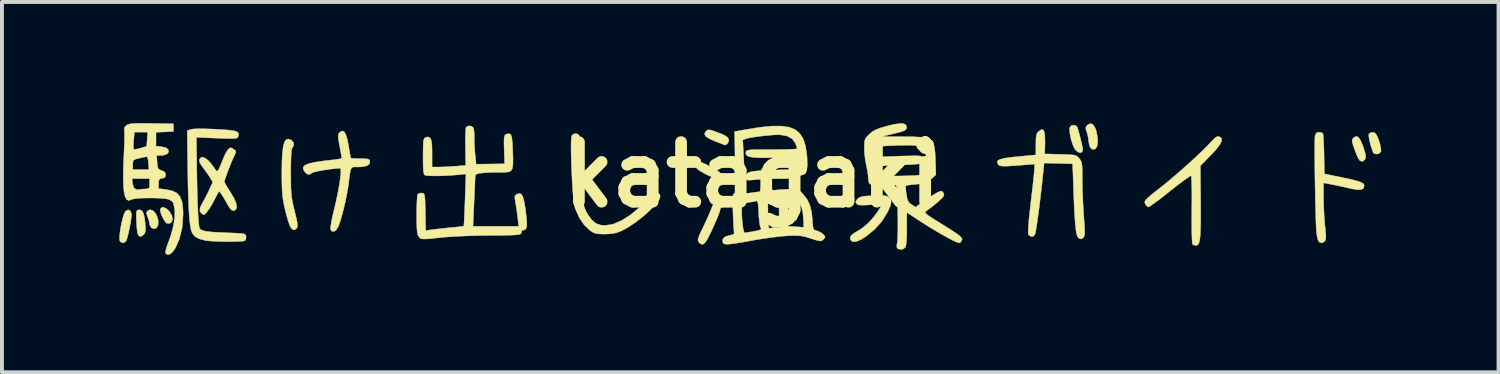
<source format=kicad_pcb>
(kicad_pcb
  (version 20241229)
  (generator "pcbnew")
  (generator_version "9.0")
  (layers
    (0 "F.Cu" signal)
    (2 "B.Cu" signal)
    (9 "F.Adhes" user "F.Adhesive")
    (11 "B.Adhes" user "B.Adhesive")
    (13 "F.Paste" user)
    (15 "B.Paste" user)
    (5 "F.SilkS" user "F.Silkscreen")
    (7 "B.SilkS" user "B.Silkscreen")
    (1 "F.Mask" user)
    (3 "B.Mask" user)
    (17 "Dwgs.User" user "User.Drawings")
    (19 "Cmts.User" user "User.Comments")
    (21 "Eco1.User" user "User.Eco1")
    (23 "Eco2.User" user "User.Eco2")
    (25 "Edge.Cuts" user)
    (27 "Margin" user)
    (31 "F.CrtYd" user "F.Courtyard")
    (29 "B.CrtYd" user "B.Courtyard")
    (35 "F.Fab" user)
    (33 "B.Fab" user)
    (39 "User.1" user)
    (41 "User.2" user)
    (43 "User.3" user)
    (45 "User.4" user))
  (footprint "katagaki"
    (layer "F.Cu")
    (at 16.179 1.418)
    (property "Reference" "katagaki" (at 0 0 0) (layer "F.SilkS") (effects (font (size 1.524 1.524) (thickness 0.3))))
    (attr through_hole)
    (fp_poly (pts (xy -15.028 0.837) (xy -14.958 0.878) (xy -14.892 0.946) (xy -14.841 1.029) (xy -14.817 1.118) (xy -14.818 1.153) (xy -14.85 1.22) (xy -14.912 1.25) (xy -14.976 1.235) (xy -14.997 1.214) (xy -15.06 1.113) (xy -15.108 1.007) (xy -15.132 0.918) (xy -15.13 0.876) (xy -15.089 0.833) (xy -15.028 0.837)) (stroke (width 0.01) (type solid)) (fill yes) (layer "F.SilkS"))
    (fp_poly (pts (xy 15.926 -1.068) (xy 15.964 -1.027) (xy 16.013 -0.917) (xy 16.053 -0.795) (xy 16.078 -0.683) (xy 16.083 -0.603) (xy 16.081 -0.592) (xy 16.039 -0.545) (xy 15.971 -0.527) (xy 15.907 -0.541) (xy 15.881 -0.571) (xy 15.828 -0.724) (xy 15.79 -0.863) (xy 15.771 -0.973) (xy 15.772 -1.041) (xy 15.778 -1.053) (xy 15.851 -1.087) (xy 15.926 -1.068)) (stroke (width 0.01) (type solid)) (fill yes) (layer "F.SilkS"))
    (fp_poly (pts (xy -15.319 0.915) (xy -15.252 0.985) (xy -15.202 1.096) (xy -15.184 1.173) (xy -15.185 1.278) (xy -15.22 1.352) (xy -15.277 1.384) (xy -15.344 1.364) (xy -15.365 1.346) (xy -15.401 1.279) (xy -15.405 1.251) (xy -15.417 1.185) (xy -15.447 1.094) (xy -15.453 1.081) (xy -15.481 0.993) (xy -15.473 0.941) (xy -15.463 0.929) (xy -15.392 0.893) (xy -15.319 0.915)) (stroke (width 0.01) (type solid)) (fill yes) (layer "F.SilkS"))
    (fp_poly (pts (xy -1.331 -0.33) (xy -1.215 -0.284) (xy -1.069 -0.21) (xy -0.936 -0.135) (xy -0.852 -0.08) (xy -0.809 -0.038) (xy -0.797 0.001) (xy -0.798 0.012) (xy -0.833 0.073) (xy -0.913 0.087) (xy -1.038 0.053) (xy -1.204 -0.025) (xy -1.326 -0.095) (xy -1.4 -0.149) (xy -1.436 -0.198) (xy -1.445 -0.235) (xy -1.441 -0.305) (xy -1.405 -0.336) (xy -1.331 -0.33)) (stroke (width 0.01) (type solid)) (fill yes) (layer "F.SilkS"))
    (fp_poly (pts (xy 8.284 -1.254) (xy 8.313 -1.221) (xy 8.335 -1.158) (xy 8.365 -1.053) (xy 8.398 -0.926) (xy 8.428 -0.8) (xy 8.449 -0.696) (xy 8.457 -0.643) (xy 8.441 -0.582) (xy 8.392 -0.562) (xy 8.327 -0.584) (xy 8.262 -0.644) (xy 8.248 -0.665) (xy 8.198 -0.774) (xy 8.156 -0.913) (xy 8.127 -1.055) (xy 8.119 -1.172) (xy 8.121 -1.196) (xy 8.155 -1.251) (xy 8.219 -1.272) (xy 8.284 -1.254)) (stroke (width 0.01) (type solid)) (fill yes) (layer "F.SilkS"))
    (fp_poly (pts (xy -15.899 0.919) (xy -15.869 0.99) (xy -15.867 1.023) (xy -15.874 1.112) (xy -15.893 1.238) (xy -15.92 1.379) (xy -15.95 1.516) (xy -15.98 1.627) (xy -16.003 1.69) (xy -16.058 1.742) (xy -16.125 1.733) (xy -16.162 1.701) (xy -16.174 1.647) (xy -16.17 1.548) (xy -16.154 1.419) (xy -16.129 1.277) (xy -16.098 1.14) (xy -16.064 1.024) (xy -16.031 0.946) (xy -16.019 0.93) (xy -15.954 0.896) (xy -15.899 0.919)) (stroke (width 0.01) (type solid)) (fill yes) (layer "F.SilkS"))
    (fp_poly (pts (xy -15.619 0.905) (xy -15.575 0.955) (xy -15.543 1.053) (xy -15.52 1.208) (xy -15.517 1.244) (xy -15.508 1.372) (xy -15.512 1.452) (xy -15.532 1.503) (xy -15.552 1.527) (xy -15.616 1.577) (xy -15.666 1.57) (xy -15.695 1.542) (xy -15.711 1.492) (xy -15.726 1.394) (xy -15.737 1.265) (xy -15.74 1.204) (xy -15.745 1.063) (xy -15.743 0.975) (xy -15.733 0.927) (xy -15.712 0.905) (xy -15.679 0.897) (xy -15.619 0.905)) (stroke (width 0.01) (type solid)) (fill yes) (layer "F.SilkS"))
    (fp_poly (pts (xy 8.72 -1.283) (xy 8.776 -1.193) (xy 8.797 -1.134) (xy 8.83 -0.983) (xy 8.839 -0.845) (xy 8.824 -0.734) (xy 8.786 -0.667) (xy 8.777 -0.661) (xy 8.71 -0.647) (xy 8.661 -0.679) (xy 8.625 -0.747) (xy 8.61 -0.839) (xy 8.61 -0.839) (xy 8.598 -0.943) (xy 8.57 -1.06) (xy 8.563 -1.082) (xy 8.536 -1.168) (xy 8.536 -1.219) (xy 8.566 -1.26) (xy 8.581 -1.274) (xy 8.655 -1.311) (xy 8.72 -1.283)) (stroke (width 0.01) (type solid)) (fill yes) (layer "F.SilkS"))
    (fp_poly (pts (xy 15.499 -0.963) (xy 15.557 -0.885) (xy 15.617 -0.744) (xy 15.634 -0.695) (xy 15.677 -0.553) (xy 15.692 -0.46) (xy 15.682 -0.405) (xy 15.681 -0.403) (xy 15.622 -0.344) (xy 15.559 -0.351) (xy 15.531 -0.374) (xy 15.498 -0.427) (xy 15.454 -0.523) (xy 15.409 -0.643) (xy 15.404 -0.655) (xy 15.364 -0.776) (xy 15.345 -0.851) (xy 15.346 -0.897) (xy 15.366 -0.931) (xy 15.382 -0.948) (xy 15.442 -0.983) (xy 15.499 -0.963)) (stroke (width 0.01) (type solid)) (fill yes) (layer "F.SilkS"))
    (fp_poly (pts (xy -1.037 -1.137) (xy -0.949 -1.107) (xy -0.79 -1.048) (xy -0.685 -0.999) (xy -0.624 -0.954) (xy -0.597 -0.908) (xy -0.594 -0.877) (xy -0.613 -0.817) (xy -0.656 -0.771) (xy -0.7 -0.76) (xy -0.704 -0.762) (xy -0.735 -0.775) (xy -0.812 -0.805) (xy -0.919 -0.846) (xy -0.937 -0.853) (xy -1.09 -0.92) (xy -1.182 -0.98) (xy -1.215 -1.038) (xy -1.192 -1.097) (xy -1.179 -1.111) (xy -1.142 -1.142) (xy -1.102 -1.151) (xy -1.037 -1.137)) (stroke (width 0.01) (type solid)) (fill yes) (layer "F.SilkS"))
    (fp_poly (pts (xy -0.858 0.647) (xy -0.843 0.658) (xy -0.807 0.702) (xy -0.792 0.761) (xy -0.8 0.844) (xy -0.833 0.958) (xy -0.892 1.111) (xy -0.979 1.311) (xy -1.04 1.443) (xy -1.12 1.607) (xy -1.183 1.714) (xy -1.236 1.77) (xy -1.284 1.782) (xy -1.333 1.754) (xy -1.346 1.742) (xy -1.374 1.704) (xy -1.381 1.658) (xy -1.364 1.591) (xy -1.321 1.489) (xy -1.259 1.36) (xy -1.188 1.211) (xy -1.117 1.054) (xy -1.061 0.92) (xy -1.056 0.907) (xy -0.996 0.763) (xy -0.946 0.675) (xy -0.902 0.639) (xy -0.858 0.647)) (stroke (width 0.01) (type solid)) (fill yes) (layer "F.SilkS"))
    (fp_poly (pts (xy -11.784 -0.888) (xy -11.775 -0.882) (xy -11.718 -0.817) (xy -11.722 -0.74) (xy -11.752 -0.698) (xy -11.768 -0.66) (xy -11.78 -0.579) (xy -11.787 -0.45) (xy -11.792 -0.266) (xy -11.793 -0.056) (xy -11.792 0.165) (xy -11.789 0.337) (xy -11.781 0.474) (xy -11.768 0.593) (xy -11.748 0.709) (xy -11.719 0.838) (xy -11.696 0.929) (xy -11.655 1.098) (xy -11.631 1.215) (xy -11.622 1.291) (xy -11.627 1.339) (xy -11.642 1.366) (xy -11.693 1.412) (xy -11.74 1.403) (xy -11.788 1.357) (xy -11.818 1.302) (xy -11.856 1.197) (xy -11.897 1.059) (xy -11.933 0.92) (xy -11.966 0.773) (xy -11.99 0.646) (xy -12.006 0.521) (xy -12.016 0.382) (xy -12.021 0.214) (xy -12.023 -0.001) (xy -12.023 -0.049) (xy -12.02 -0.335) (xy -12.008 -0.558) (xy -11.987 -0.724) (xy -11.955 -0.835) (xy -11.912 -0.897) (xy -11.855 -0.914) (xy -11.784 -0.888)) (stroke (width 0.01) (type solid)) (fill yes) (layer "F.SilkS"))
    (fp_poly (pts (xy 3.364 0.531) (xy 3.432 0.542) (xy 3.478 0.563) (xy 3.498 0.578) (xy 3.544 0.635) (xy 3.558 0.703) (xy 3.537 0.794) (xy 3.481 0.922) (xy 3.463 0.959) (xy 3.323 1.187) (xy 3.143 1.389) (xy 2.921 1.572) (xy 2.78 1.661) (xy 2.661 1.709) (xy 2.572 1.712) (xy 2.521 1.671) (xy 2.519 1.666) (xy 2.511 1.596) (xy 2.552 1.533) (xy 2.649 1.468) (xy 2.677 1.453) (xy 2.785 1.387) (xy 2.903 1.297) (xy 2.965 1.242) (xy 3.053 1.149) (xy 3.142 1.041) (xy 3.22 0.933) (xy 3.276 0.842) (xy 3.299 0.782) (xy 3.299 0.78) (xy 3.267 0.767) (xy 3.18 0.762) (xy 3.044 0.767) (xy 3.005 0.77) (xy 2.858 0.778) (xy 2.763 0.777) (xy 2.706 0.766) (xy 2.672 0.742) (xy 2.67 0.74) (xy 2.648 0.695) (xy 2.672 0.647) (xy 2.699 0.618) (xy 2.741 0.584) (xy 2.796 0.562) (xy 2.88 0.547) (xy 3.006 0.538) (xy 3.102 0.533) (xy 3.259 0.529) (xy 3.364 0.531)) (stroke (width 0.01) (type solid)) (fill yes) (layer "F.SilkS"))
    (fp_poly (pts (xy 14.566 -1.076) (xy 14.597 -1.056) (xy 14.604 -1.013) (xy 14.612 -0.916) (xy 14.618 -0.779) (xy 14.624 -0.612) (xy 14.626 -0.523) (xy 14.634 -0.023) (xy 15.025 0.057) (xy 15.246 0.103) (xy 15.409 0.142) (xy 15.524 0.175) (xy 15.597 0.205) (xy 15.637 0.235) (xy 15.652 0.268) (xy 15.652 0.277) (xy 15.636 0.344) (xy 15.583 0.379) (xy 15.486 0.384) (xy 15.339 0.36) (xy 15.284 0.348) (xy 15.125 0.311) (xy 14.958 0.275) (xy 14.819 0.247) (xy 14.613 0.208) (xy 14.613 0.598) (xy 14.617 0.796) (xy 14.627 1.014) (xy 14.641 1.217) (xy 14.651 1.318) (xy 14.667 1.478) (xy 14.672 1.587) (xy 14.666 1.655) (xy 14.649 1.695) (xy 14.647 1.698) (xy 14.579 1.745) (xy 14.511 1.728) (xy 14.489 1.707) (xy 14.466 1.653) (xy 14.445 1.558) (xy 14.434 1.484) (xy 14.427 1.4) (xy 14.421 1.264) (xy 14.415 1.086) (xy 14.409 0.875) (xy 14.403 0.639) (xy 14.399 0.39) (xy 14.394 0.135) (xy 14.391 -0.116) (xy 14.389 -0.353) (xy 14.388 -0.568) (xy 14.389 -0.75) (xy 14.39 -0.891) (xy 14.394 -0.982) (xy 14.397 -1.01) (xy 14.436 -1.074) (xy 14.496 -1.089) (xy 14.566 -1.076)) (stroke (width 0.01) (type solid)) (fill yes) (layer "F.SilkS"))
    (fp_poly (pts (xy 11.934 -0.976) (xy 11.955 -0.97) (xy 12.006 -0.929) (xy 12.008 -0.863) (xy 11.96 -0.768) (xy 11.861 -0.64) (xy 11.735 -0.505) (xy 11.463 -0.226) (xy 11.471 0.637) (xy 11.473 0.948) (xy 11.472 1.199) (xy 11.468 1.397) (xy 11.461 1.547) (xy 11.449 1.657) (xy 11.433 1.731) (xy 11.41 1.777) (xy 11.382 1.801) (xy 11.359 1.808) (xy 11.291 1.798) (xy 11.261 1.775) (xy 11.254 1.731) (xy 11.249 1.631) (xy 11.245 1.484) (xy 11.243 1.298) (xy 11.243 1.084) (xy 11.244 0.886) (xy 11.246 0.657) (xy 11.246 0.45) (xy 11.243 0.274) (xy 11.239 0.139) (xy 11.233 0.052) (xy 11.227 0.024) (xy 11.194 0.039) (xy 11.118 0.09) (xy 11.007 0.17) (xy 10.87 0.274) (xy 10.715 0.396) (xy 10.689 0.416) (xy 10.53 0.542) (xy 10.388 0.652) (xy 10.269 0.739) (xy 10.184 0.799) (xy 10.14 0.824) (xy 10.138 0.825) (xy 10.091 0.799) (xy 10.06 0.757) (xy 10.044 0.72) (xy 10.043 0.686) (xy 10.064 0.647) (xy 10.113 0.595) (xy 10.196 0.523) (xy 10.321 0.423) (xy 10.438 0.333) (xy 10.601 0.202) (xy 10.789 0.044) (xy 10.989 -0.13) (xy 11.189 -0.309) (xy 11.378 -0.482) (xy 11.542 -0.639) (xy 11.671 -0.769) (xy 11.7 -0.799) (xy 11.791 -0.897) (xy 11.853 -0.954) (xy 11.896 -0.977) (xy 11.934 -0.976)) (stroke (width 0.01) (type solid)) (fill yes) (layer "F.SilkS"))
    (fp_poly (pts (xy -13.961 -1.174) (xy -13.727 -1.165) (xy -13.506 -1.152) (xy -13.342 -1.138) (xy -13.23 -1.12) (xy -13.162 -1.095) (xy -13.13 -1.061) (xy -13.128 -1.016) (xy -13.141 -0.972) (xy -13.154 -0.95) (xy -13.18 -0.935) (xy -13.229 -0.927) (xy -13.31 -0.924) (xy -13.435 -0.926) (xy -13.612 -0.932) (xy -13.685 -0.935) (xy -14.207 -0.956) (xy -14.197 -0.14) (xy -14.191 0.225) (xy -14.184 0.548) (xy -14.174 0.823) (xy -14.163 1.047) (xy -14.151 1.217) (xy -14.137 1.328) (xy -14.124 1.374) (xy -14.091 1.406) (xy -14.036 1.43) (xy -13.948 1.449) (xy -13.82 1.463) (xy -13.642 1.474) (xy -13.459 1.482) (xy -13.265 1.49) (xy -13.128 1.496) (xy -13.036 1.505) (xy -12.981 1.516) (xy -12.953 1.532) (xy -12.941 1.556) (xy -12.936 1.58) (xy -12.944 1.651) (xy -12.969 1.686) (xy -13.02 1.698) (xy -13.123 1.705) (xy -13.261 1.71) (xy -13.42 1.711) (xy -13.586 1.708) (xy -13.743 1.702) (xy -13.877 1.693) (xy -13.972 1.682) (xy -13.976 1.681) (xy -14.138 1.638) (xy -14.247 1.578) (xy -14.313 1.494) (xy -14.343 1.412) (xy -14.362 1.313) (xy -14.379 1.185) (xy -14.393 1.022) (xy -14.404 0.818) (xy -14.414 0.567) (xy -14.422 0.263) (xy -14.428 -0.099) (xy -14.43 -0.225) (xy -14.442 -1.126) (xy -14.356 -1.158) (xy -14.283 -1.171) (xy -14.149 -1.176) (xy -13.961 -1.174)) (stroke (width 0.01) (type solid)) (fill yes) (layer "F.SilkS"))
    (fp_poly (pts (xy -4.427 -1.016) (xy -4.412 -0.978) (xy -4.401 -0.892) (xy -4.393 -0.756) (xy -4.389 -0.563) (xy -4.387 -0.309) (xy -4.387 -0.282) (xy -4.384 0.034) (xy -4.374 0.293) (xy -4.356 0.504) (xy -4.329 0.676) (xy -4.292 0.818) (xy -4.243 0.938) (xy -4.198 1.019) (xy -4.094 1.16) (xy -3.987 1.247) (xy -3.861 1.289) (xy -3.767 1.297) (xy -3.568 1.268) (xy -3.35 1.179) (xy -3.112 1.029) (xy -2.858 0.82) (xy -2.787 0.754) (xy -2.635 0.614) (xy -2.521 0.522) (xy -2.439 0.477) (xy -2.386 0.475) (xy -2.356 0.515) (xy -2.349 0.549) (xy -2.367 0.62) (xy -2.432 0.717) (xy -2.535 0.834) (xy -2.666 0.961) (xy -2.817 1.091) (xy -2.978 1.215) (xy -3.14 1.325) (xy -3.294 1.414) (xy -3.334 1.433) (xy -3.458 1.482) (xy -3.581 1.508) (xy -3.734 1.517) (xy -3.764 1.517) (xy -3.899 1.514) (xy -3.991 1.503) (xy -4.063 1.476) (xy -4.138 1.428) (xy -4.145 1.423) (xy -4.291 1.283) (xy -4.418 1.097) (xy -4.514 0.882) (xy -4.537 0.808) (xy -4.553 0.72) (xy -4.569 0.584) (xy -4.584 0.41) (xy -4.597 0.21) (xy -4.608 -0.006) (xy -4.618 -0.226) (xy -4.624 -0.438) (xy -4.627 -0.632) (xy -4.627 -0.796) (xy -4.622 -0.919) (xy -4.613 -0.99) (xy -4.61 -0.998) (xy -4.556 -1.047) (xy -4.482 -1.049) (xy -4.427 -1.016)) (stroke (width 0.01) (type solid)) (fill yes) (layer "F.SilkS"))
    (fp_poly (pts (xy -13.288 -0.675) (xy -13.244 -0.647) (xy -13.204 -0.612) (xy -13.199 -0.574) (xy -13.227 -0.508) (xy -13.236 -0.49) (xy -13.279 -0.399) (xy -13.329 -0.279) (xy -13.382 -0.146) (xy -13.43 -0.018) (xy -13.468 0.09) (xy -13.489 0.161) (xy -13.492 0.176) (xy -13.474 0.22) (xy -13.428 0.303) (xy -13.362 0.408) (xy -13.338 0.444) (xy -13.243 0.604) (xy -13.189 0.738) (xy -13.177 0.839) (xy -13.207 0.901) (xy -13.25 0.917) (xy -13.296 0.911) (xy -13.342 0.871) (xy -13.397 0.785) (xy -13.424 0.736) (xy -13.511 0.582) (xy -13.578 0.479) (xy -13.621 0.432) (xy -13.636 0.431) (xy -13.656 0.466) (xy -13.696 0.542) (xy -13.739 0.627) (xy -13.807 0.754) (xy -13.879 0.87) (xy -13.945 0.961) (xy -13.995 1.014) (xy -14.013 1.022) (xy -14.059 1.005) (xy -14.071 0.997) (xy -14.12 0.932) (xy -14.113 0.841) (xy -14.064 0.74) (xy -14.007 0.64) (xy -13.939 0.51) (xy -13.886 0.4) (xy -13.789 0.189) (xy -13.86 0.07) (xy -13.925 -0.029) (xy -14.007 -0.142) (xy -14.045 -0.191) (xy -14.118 -0.302) (xy -14.135 -0.383) (xy -14.096 -0.437) (xy -14.068 -0.45) (xy -14.009 -0.441) (xy -13.929 -0.386) (xy -13.841 -0.296) (xy -13.757 -0.184) (xy -13.749 -0.17) (xy -13.712 -0.115) (xy -13.683 -0.092) (xy -13.654 -0.108) (xy -13.62 -0.169) (xy -13.573 -0.282) (xy -13.538 -0.372) (xy -13.465 -0.541) (xy -13.398 -0.648) (xy -13.34 -0.692) (xy -13.331 -0.693) (xy -13.288 -0.675)) (stroke (width 0.01) (type solid)) (fill yes) (layer "F.SilkS"))
    (fp_poly (pts (xy -10.433 -1.106) (xy -10.389 -1.034) (xy -10.349 -0.902) (xy -10.32 -0.756) (xy -10.296 -0.62) (xy -10.277 -0.511) (xy -10.265 -0.443) (xy -10.262 -0.429) (xy -10.23 -0.421) (xy -10.149 -0.415) (xy -10.036 -0.412) (xy -10.02 -0.412) (xy -9.895 -0.41) (xy -9.821 -0.402) (xy -9.784 -0.383) (xy -9.77 -0.35) (xy -9.769 -0.349) (xy -9.784 -0.275) (xy -9.857 -0.226) (xy -9.988 -0.201) (xy -10.066 -0.198) (xy -10.14 -0.199) (xy -10.193 -0.198) (xy -10.23 -0.183) (xy -10.256 -0.146) (xy -10.274 -0.077) (xy -10.292 0.034) (xy -10.313 0.195) (xy -10.326 0.296) (xy -10.359 0.493) (xy -10.404 0.713) (xy -10.458 0.935) (xy -10.514 1.137) (xy -10.568 1.299) (xy -10.575 1.317) (xy -10.628 1.407) (xy -10.688 1.451) (xy -10.744 1.444) (xy -10.777 1.398) (xy -10.777 1.346) (xy -10.762 1.246) (xy -10.736 1.109) (xy -10.7 0.95) (xy -10.694 0.927) (xy -10.637 0.687) (xy -10.59 0.461) (xy -10.552 0.257) (xy -10.527 0.085) (xy -10.514 -0.049) (xy -10.515 -0.135) (xy -10.531 -0.165) (xy -10.635 -0.16) (xy -10.767 -0.145) (xy -10.911 -0.125) (xy -11.048 -0.101) (xy -11.162 -0.077) (xy -11.236 -0.055) (xy -11.251 -0.047) (xy -11.321 -0.004) (xy -11.383 -0.021) (xy -11.425 -0.06) (xy -11.475 -0.134) (xy -11.477 -0.195) (xy -11.429 -0.245) (xy -11.326 -0.288) (xy -11.165 -0.323) (xy -10.942 -0.355) (xy -10.877 -0.362) (xy -10.727 -0.38) (xy -10.603 -0.396) (xy -10.52 -0.41) (xy -10.49 -0.42) (xy -10.495 -0.457) (xy -10.51 -0.544) (xy -10.532 -0.665) (xy -10.544 -0.732) (xy -10.569 -0.873) (xy -10.581 -0.964) (xy -10.579 -1.021) (xy -10.565 -1.057) (xy -10.543 -1.082) (xy -10.484 -1.121) (xy -10.433 -1.106)) (stroke (width 0.01) (type solid)) (fill yes) (layer "F.SilkS"))
    (fp_poly (pts (xy 7.472 -1.104) (xy 7.488 -0.997) (xy 7.491 -0.83) (xy 7.491 -0.807) (xy 7.485 -0.533) (xy 7.885 -0.522) (xy 8.054 -0.517) (xy 8.17 -0.511) (xy 8.246 -0.5) (xy 8.296 -0.482) (xy 8.333 -0.454) (xy 8.365 -0.419) (xy 8.397 -0.378) (xy 8.419 -0.335) (xy 8.433 -0.277) (xy 8.441 -0.191) (xy 8.444 -0.066) (xy 8.444 0.113) (xy 8.444 0.126) (xy 8.447 0.341) (xy 8.456 0.59) (xy 8.468 0.842) (xy 8.483 1.062) (xy 8.497 1.26) (xy 8.505 1.401) (xy 8.505 1.498) (xy 8.497 1.559) (xy 8.482 1.594) (xy 8.479 1.598) (xy 8.424 1.644) (xy 8.37 1.631) (xy 8.335 1.601) (xy 8.313 1.563) (xy 8.295 1.493) (xy 8.278 1.384) (xy 8.263 1.232) (xy 8.249 1.032) (xy 8.236 0.778) (xy 8.223 0.465) (xy 8.219 0.327) (xy 8.197 -0.28) (xy 7.469 -0.299) (xy 7.412 0.243) (xy 7.383 0.495) (xy 7.354 0.745) (xy 7.323 0.98) (xy 7.294 1.189) (xy 7.268 1.36) (xy 7.247 1.481) (xy 7.241 1.509) (xy 7.201 1.568) (xy 7.138 1.582) (xy 7.079 1.546) (xy 7.066 1.526) (xy 7.06 1.472) (xy 7.064 1.359) (xy 7.076 1.192) (xy 7.098 0.975) (xy 7.128 0.714) (xy 7.128 0.709) (xy 7.155 0.486) (xy 7.179 0.279) (xy 7.198 0.099) (xy 7.213 -0.043) (xy 7.221 -0.136) (xy 7.222 -0.161) (xy 7.224 -0.272) (xy 6.886 -0.245) (xy 6.682 -0.23) (xy 6.534 -0.221) (xy 6.431 -0.219) (xy 6.364 -0.224) (xy 6.323 -0.237) (xy 6.298 -0.259) (xy 6.289 -0.272) (xy 6.269 -0.322) (xy 6.285 -0.363) (xy 6.344 -0.395) (xy 6.451 -0.422) (xy 6.613 -0.446) (xy 6.804 -0.465) (xy 7.257 -0.507) (xy 7.257 -0.776) (xy 7.26 -0.919) (xy 7.27 -1.011) (xy 7.291 -1.068) (xy 7.317 -1.1) (xy 7.389 -1.151) (xy 7.44 -1.154) (xy 7.472 -1.104)) (stroke (width 0.01) (type solid)) (fill yes) (layer "F.SilkS"))
    (fp_poly (pts (xy 0.955 -1.215) (xy 1.11 -1.15) (xy 1.226 -1.051) (xy 1.311 -0.913) (xy 1.367 -0.735) (xy 1.401 -0.515) (xy 1.408 -0.427) (xy 1.413 -0.234) (xy 1.397 -0.102) (xy 1.359 -0.025) (xy 1.299 0) (xy 1.236 0.022) (xy 1.199 0.049) (xy 1.164 0.071) (xy 1.1 0.085) (xy 0.999 0.095) (xy 0.848 0.1) (xy 0.699 0.101) (xy 0.515 0.104) (xy 0.338 0.11) (xy 0.188 0.118) (xy 0.083 0.127) (xy 0.075 0.128) (xy -0.03 0.138) (xy -0.109 0.137) (xy -0.134 0.13) (xy -0.159 0.084) (xy -0.16 0.031) (xy -0.145 -0.011) (xy -0.111 -0.045) (xy -0.049 -0.07) (xy 0.048 -0.089) (xy 0.188 -0.103) (xy 0.379 -0.114) (xy 0.619 -0.123) (xy 1.188 -0.14) (xy 1.188 -0.293) (xy 1.188 -0.445) (xy 0.601 -0.435) (xy 0.35 -0.433) (xy 0.158 -0.436) (xy 0.018 -0.445) (xy -0.077 -0.463) (xy -0.133 -0.49) (xy -0.158 -0.527) (xy -0.159 -0.569) (xy -0.154 -0.594) (xy -0.141 -0.613) (xy -0.112 -0.626) (xy -0.057 -0.635) (xy 0.031 -0.64) (xy 0.162 -0.642) (xy 0.344 -0.643) (xy 0.503 -0.643) (xy 0.702 -0.644) (xy 0.877 -0.648) (xy 1.017 -0.653) (xy 1.113 -0.66) (xy 1.154 -0.668) (xy 1.155 -0.669) (xy 1.143 -0.714) (xy 1.114 -0.792) (xy 1.106 -0.81) (xy 1.026 -0.921) (xy 0.894 -0.992) (xy 0.714 -1.022) (xy 0.669 -1.023) (xy 0.547 -1.018) (xy 0.394 -1.005) (xy 0.23 -0.987) (xy 0.072 -0.966) (xy -0.06 -0.944) (xy -0.148 -0.923) (xy -0.158 -0.92) (xy -0.237 -0.89) (xy -0.214 -0.436) (xy -0.205 -0.249) (xy -0.202 -0.117) (xy -0.206 -0.03) (xy -0.216 0.023) (xy -0.233 0.054) (xy -0.239 0.059) (xy -0.311 0.084) (xy -0.377 0.055) (xy -0.413 -0.012) (xy -0.419 -0.069) (xy -0.425 -0.178) (xy -0.431 -0.326) (xy -0.436 -0.5) (xy -0.437 -0.594) (xy -0.445 -1.105) (xy -0.132 -1.16) (xy 0.22 -1.216) (xy 0.515 -1.245) (xy 0.759 -1.245) (xy 0.955 -1.215)) (stroke (width 0.01) (type solid)) (fill yes) (layer "F.SilkS"))
    (fp_poly (pts (xy -15.516 -1.314) (xy -15.352 -1.312) (xy -14.795 -1.303) (xy -14.795 -1.105) (xy -15.017 -1.095) (xy -15.24 -1.086) (xy -15.24 -0.73) (xy -15.103 -0.719) (xy -14.99 -0.693) (xy -14.927 -0.642) (xy -14.916 -0.584) (xy -14.956 -0.531) (xy -15.048 -0.499) (xy -15.104 -0.495) (xy -15.224 -0.495) (xy -15.212 -0.317) (xy -15.203 -0.214) (xy -15.185 -0.156) (xy -15.146 -0.127) (xy -15.097 -0.11) (xy -15.021 -0.075) (xy -14.994 -0.02) (xy -14.993 0.001) (xy -15.007 0.064) (xy -15.064 0.09) (xy -15.083 0.093) (xy -15.143 0.107) (xy -15.169 0.146) (xy -15.174 0.229) (xy -15.174 0.354) (xy -15.011 0.373) (xy -14.839 0.406) (xy -14.713 0.464) (xy -14.627 0.556) (xy -14.575 0.69) (xy -14.551 0.873) (xy -14.547 1.015) (xy -14.571 1.351) (xy -14.645 1.65) (xy -14.738 1.862) (xy -14.809 1.968) (xy -14.882 2.031) (xy -14.946 2.047) (xy -14.991 2.01) (xy -14.996 1.999) (xy -14.993 1.945) (xy -14.969 1.85) (xy -14.927 1.733) (xy -14.916 1.708) (xy -14.859 1.546) (xy -14.809 1.364) (xy -14.78 1.216) (xy -14.76 1.057) (xy -14.759 0.932) (xy -14.777 0.811) (xy -14.799 0.72) (xy -14.838 0.672) (xy -14.913 0.631) (xy -14.916 0.63) (xy -15 0.612) (xy -15.127 0.601) (xy -15.281 0.595) (xy -15.444 0.594) (xy -15.602 0.598) (xy -15.737 0.608) (xy -15.834 0.623) (xy -15.867 0.635) (xy -15.935 0.659) (xy -15.989 0.635) (xy -16.03 0.562) (xy -16.058 0.436) (xy -16.074 0.254) (xy -16.077 0.099) (xy -15.852 0.099) (xy -15.84 0.229) (xy -15.809 0.332) (xy -15.743 0.381) (xy -15.641 0.375) (xy -15.577 0.366) (xy -15.501 0.363) (xy -15.439 0.357) (xy -15.412 0.328) (xy -15.405 0.257) (xy -15.405 0.231) (xy -15.405 0.099) (xy -15.852 0.099) (xy -16.077 0.099) (xy -16.078 0.015) (xy -16.072 -0.258) (xy -15.834 -0.258) (xy -15.834 -0.132) (xy -15.628 -0.132) (xy -15.421 -0.132) (xy -15.433 -0.297) (xy -15.444 -0.391) (xy -15.461 -0.451) (xy -15.472 -0.462) (xy -15.517 -0.455) (xy -15.604 -0.437) (xy -15.666 -0.423) (xy -15.764 -0.398) (xy -15.814 -0.372) (xy -15.831 -0.327) (xy -15.834 -0.258) (xy -16.072 -0.258) (xy -16.071 -0.285) (xy -16.061 -0.506) (xy -16.053 -0.689) (xy -15.819 -0.689) (xy -15.814 -0.654) (xy -15.777 -0.649) (xy -15.698 -0.663) (xy -15.643 -0.678) (xy -15.553 -0.705) (xy -15.494 -0.722) (xy -15.482 -0.725) (xy -15.478 -0.755) (xy -15.471 -0.832) (xy -15.466 -0.907) (xy -15.454 -1.089) (xy -15.792 -1.089) (xy -15.81 -0.883) (xy -15.818 -0.772) (xy -15.819 -0.689) (xy -16.053 -0.689) (xy -16.053 -0.697) (xy -16.047 -0.868) (xy -16.046 -1.008) (xy -16.048 -1.105) (xy -16.051 -1.139) (xy -16.049 -1.209) (xy -15.993 -1.266) (xy -15.99 -1.268) (xy -15.949 -1.288) (xy -15.892 -1.302) (xy -15.808 -1.31) (xy -15.686 -1.314) (xy -15.516 -1.314)) (stroke (width 0.01) (type solid)) (fill yes) (layer "F.SilkS"))
    (fp_poly (pts (xy 1.293 0.483) (xy 1.404 0.622) (xy 1.479 0.777) (xy 1.524 0.964) (xy 1.542 1.143) (xy 1.552 1.276) (xy 1.563 1.357) (xy 1.581 1.4) (xy 1.612 1.421) (xy 1.653 1.431) (xy 1.747 1.469) (xy 1.817 1.52) (xy 1.864 1.572) (xy 1.865 1.608) (xy 1.826 1.652) (xy 1.793 1.681) (xy 1.758 1.694) (xy 1.705 1.689) (xy 1.618 1.666) (xy 1.501 1.629) (xy 1.371 1.589) (xy 1.264 1.566) (xy 1.157 1.556) (xy 1.025 1.556) (xy 0.891 1.562) (xy 0.732 1.575) (xy 0.531 1.599) (xy 0.309 1.63) (xy 0.088 1.665) (xy 0.001 1.681) (xy -0.235 1.724) (xy -0.415 1.754) (xy -0.547 1.771) (xy -0.637 1.777) (xy -0.696 1.771) (xy -0.73 1.755) (xy -0.748 1.728) (xy -0.748 1.727) (xy -0.75 1.649) (xy -0.693 1.588) (xy -0.586 1.552) (xy -0.574 1.55) (xy -0.487 1.53) (xy -0.456 1.498) (xy -0.458 1.484) (xy -0.463 1.435) (xy -0.47 1.333) (xy -0.477 1.191) (xy -0.485 1.025) (xy -0.487 0.968) (xy -0.493 0.784) (xy -0.494 0.733) (xy -0.264 0.733) (xy -0.264 0.906) (xy -0.26 1.064) (xy -0.249 1.214) (xy -0.233 1.343) (xy -0.214 1.437) (xy -0.194 1.482) (xy -0.189 1.484) (xy -0.141 1.479) (xy -0.05 1.464) (xy 0.053 1.446) (xy 0.165 1.423) (xy 0.222 1.403) (xy 0.235 1.38) (xy 0.223 1.36) (xy 0.204 1.306) (xy 0.187 1.201) (xy 0.174 1.061) (xy 0.17 0.985) (xy 0.163 0.835) (xy 0.154 0.74) (xy 0.141 0.689) (xy 0.122 0.672) (xy 0.103 0.673) (xy 0.039 0.687) (xy -0.06 0.704) (xy -0.107 0.711) (xy -0.264 0.733) (xy -0.494 0.733) (xy -0.495 0.655) (xy -0.495 0.627) (xy 0.403 0.627) (xy 0.408 1.006) (xy 0.411 1.174) (xy 0.418 1.284) (xy 0.429 1.347) (xy 0.445 1.37) (xy 0.456 1.369) (xy 0.52 1.357) (xy 0.596 1.352) (xy 0.693 1.352) (xy 0.693 1.042) (xy 0.691 0.87) (xy 0.684 0.754) (xy 0.667 0.682) (xy 0.635 0.644) (xy 0.585 0.629) (xy 0.528 0.627) (xy 0.403 0.627) (xy -0.495 0.627) (xy -0.494 0.621) (xy 0.899 0.621) (xy 0.904 0.646) (xy 0.912 0.701) (xy 0.919 0.803) (xy 0.923 0.936) (xy 0.924 1.007) (xy 0.924 1.316) (xy 1.113 1.328) (xy 1.218 1.336) (xy 1.292 1.342) (xy 1.316 1.346) (xy 1.32 1.319) (xy 1.319 1.242) (xy 1.314 1.13) (xy 1.312 1.106) (xy 1.297 0.955) (xy 1.27 0.844) (xy 1.223 0.75) (xy 1.209 0.727) (xy 1.146 0.644) (xy 1.089 0.604) (xy 1.013 0.594) (xy 1.002 0.594) (xy 0.924 0.6) (xy 0.899 0.621) (xy -0.494 0.621) (xy -0.493 0.57) (xy -0.484 0.518) (xy -0.467 0.488) (xy -0.442 0.469) (xy -0.431 0.463) (xy -0.36 0.441) (xy -0.314 0.461) (xy -0.272 0.477) (xy -0.194 0.479) (xy -0.068 0.468) (xy 0.071 0.449) (xy 0.258 0.425) (xy 0.476 0.403) (xy 0.691 0.384) (xy 0.792 0.378) (xy 1.171 0.356) (xy 1.293 0.483)) (stroke (width 0.01) (type solid)) (fill yes) (layer "F.SilkS"))
    (fp_poly (pts (xy -7.183 -1.245) (xy -7.131 -1.212) (xy -7.113 -1.158) (xy -7.103 -1.061) (xy -7.102 -0.972) (xy -7.101 -0.835) (xy -7.093 -0.67) (xy -7.081 -0.523) (xy -7.054 -0.27) (xy -6.327 -0.28) (xy -6.338 -0.639) (xy -6.342 -0.8) (xy -6.341 -0.908) (xy -6.332 -0.975) (xy -6.316 -1.014) (xy -6.292 -1.035) (xy -6.217 -1.053) (xy -6.183 -1.039) (xy -6.16 -1.011) (xy -6.143 -0.953) (xy -6.131 -0.856) (xy -6.122 -0.71) (xy -6.117 -0.592) (xy -6.111 -0.394) (xy -6.114 -0.251) (xy -6.13 -0.156) (xy -6.167 -0.099) (xy -6.229 -0.071) (xy -6.322 -0.062) (xy -6.435 -0.062) (xy -6.593 -0.061) (xy -6.758 -0.055) (xy -6.878 -0.047) (xy -6.989 -0.033) (xy -7.049 -0.015) (xy -7.074 0.014) (xy -7.079 0.044) (xy -7.081 0.099) (xy -7.086 0.208) (xy -7.092 0.359) (xy -7.1 0.539) (xy -7.108 0.717) (xy -7.135 1.319) (xy -5.966 1.319) (xy -5.987 1.13) (xy -6.006 0.982) (xy -6.029 0.825) (xy -6.039 0.761) (xy -6.059 0.642) (xy -6.066 0.572) (xy -6.059 0.534) (xy -6.035 0.512) (xy -6.008 0.497) (xy -5.948 0.478) (xy -5.901 0.495) (xy -5.863 0.555) (xy -5.831 0.665) (xy -5.802 0.832) (xy -5.788 0.935) (xy -5.765 1.125) (xy -5.758 1.259) (xy -5.765 1.346) (xy -5.79 1.396) (xy -5.834 1.416) (xy -5.865 1.418) (xy -5.898 1.429) (xy -5.894 1.44) (xy -5.893 1.48) (xy -5.909 1.506) (xy -5.936 1.521) (xy -5.992 1.533) (xy -6.086 1.541) (xy -6.223 1.547) (xy -6.411 1.55) (xy -6.658 1.551) (xy -6.692 1.551) (xy -6.944 1.554) (xy -7.208 1.561) (xy -7.464 1.571) (xy -7.694 1.584) (xy -7.88 1.598) (xy -7.9 1.6) (xy -8.105 1.621) (xy -8.254 1.636) (xy -8.358 1.643) (xy -8.426 1.642) (xy -8.468 1.634) (xy -8.494 1.617) (xy -8.514 1.592) (xy -8.525 1.576) (xy -8.547 1.532) (xy -8.561 1.464) (xy -8.57 1.361) (xy -8.575 1.213) (xy -8.576 1.024) (xy -8.574 0.85) (xy -8.569 0.698) (xy -8.561 0.58) (xy -8.552 0.511) (xy -8.548 0.5) (xy -8.497 0.47) (xy -8.441 0.467) (xy -8.41 0.473) (xy -8.388 0.489) (xy -8.374 0.523) (xy -8.365 0.588) (xy -8.359 0.692) (xy -8.355 0.846) (xy -8.353 0.953) (xy -8.344 1.427) (xy -8.188 1.405) (xy -8.085 1.392) (xy -7.941 1.376) (xy -7.78 1.359) (xy -7.705 1.352) (xy -7.567 1.338) (xy -7.456 1.325) (xy -7.386 1.315) (xy -7.37 1.312) (xy -7.367 1.278) (xy -7.361 1.188) (xy -7.355 1.052) (xy -7.347 0.88) (xy -7.34 0.683) (xy -7.338 0.642) (xy -7.315 -0.02) (xy -7.558 0.005) (xy -7.726 0.018) (xy -7.901 0.027) (xy -8.069 0.03) (xy -8.212 0.029) (xy -8.317 0.022) (xy -8.36 0.013) (xy -8.381 -0.004) (xy -8.395 -0.044) (xy -8.405 -0.115) (xy -8.41 -0.229) (xy -8.412 -0.395) (xy -8.412 -0.464) (xy -8.411 -0.647) (xy -8.408 -0.776) (xy -8.401 -0.86) (xy -8.389 -0.911) (xy -8.37 -0.94) (xy -8.348 -0.955) (xy -8.282 -0.97) (xy -8.233 -0.938) (xy -8.208 -0.898) (xy -8.192 -0.828) (xy -8.183 -0.719) (xy -8.181 -0.556) (xy -8.181 -0.542) (xy -8.181 -0.198) (xy -8.004 -0.198) (xy -7.879 -0.201) (xy -7.723 -0.209) (xy -7.574 -0.219) (xy -7.32 -0.241) (xy -7.328 -0.707) (xy -7.329 -0.878) (xy -7.327 -1.027) (xy -7.322 -1.14) (xy -7.314 -1.205) (xy -7.311 -1.213) (xy -7.256 -1.249) (xy -7.183 -1.245)) (stroke (width 0.01) (type solid)) (fill yes) (layer "F.SilkS"))
    (fp_poly (pts (xy 3.881 -1.305) (xy 3.937 -1.27) (xy 3.952 -1.229) (xy 3.951 -1.185) (xy 3.927 -1.15) (xy 3.87 -1.119) (xy 3.77 -1.087) (xy 3.617 -1.049) (xy 3.571 -1.038) (xy 3.456 -1.011) (xy 3.371 -0.99) (xy 3.333 -0.978) (xy 3.332 -0.978) (xy 3.363 -0.976) (xy 3.449 -0.975) (xy 3.579 -0.974) (xy 3.743 -0.973) (xy 3.868 -0.973) (xy 4.118 -0.971) (xy 4.311 -0.961) (xy 4.454 -0.937) (xy 4.554 -0.893) (xy 4.619 -0.824) (xy 4.658 -0.723) (xy 4.679 -0.584) (xy 4.689 -0.401) (xy 4.69 -0.354) (xy 4.701 0.001) (xy 4.581 0.111) (xy 4.512 0.168) (xy 4.445 0.204) (xy 4.359 0.225) (xy 4.232 0.24) (xy 4.204 0.242) (xy 4.081 0.254) (xy 3.986 0.267) (xy 3.935 0.278) (xy 3.932 0.28) (xy 3.928 0.318) (xy 3.934 0.402) (xy 3.945 0.496) (xy 3.967 0.613) (xy 3.995 0.686) (xy 4.041 0.736) (xy 4.079 0.761) (xy 4.182 0.827) (xy 4.392 0.678) (xy 4.512 0.595) (xy 4.629 0.519) (xy 4.719 0.465) (xy 4.722 0.464) (xy 4.801 0.424) (xy 4.847 0.418) (xy 4.88 0.443) (xy 4.885 0.449) (xy 4.91 0.513) (xy 4.893 0.555) (xy 4.849 0.605) (xy 4.768 0.681) (xy 4.666 0.768) (xy 4.559 0.852) (xy 4.464 0.921) (xy 4.46 0.924) (xy 4.435 0.943) (xy 4.427 0.962) (xy 4.442 0.989) (xy 4.486 1.027) (xy 4.566 1.082) (xy 4.689 1.161) (xy 4.861 1.268) (xy 4.883 1.281) (xy 5.065 1.395) (xy 5.198 1.482) (xy 5.288 1.546) (xy 5.342 1.594) (xy 5.367 1.63) (xy 5.371 1.66) (xy 5.338 1.722) (xy 5.302 1.742) (xy 5.25 1.73) (xy 5.152 1.687) (xy 5.017 1.617) (xy 4.853 1.526) (xy 4.67 1.419) (xy 4.476 1.301) (xy 4.281 1.177) (xy 4.231 1.144) (xy 3.958 0.964) (xy 3.958 1.375) (xy 3.956 1.538) (xy 3.949 1.682) (xy 3.938 1.79) (xy 3.925 1.849) (xy 3.924 1.849) (xy 3.871 1.897) (xy 3.797 1.912) (xy 3.732 1.894) (xy 3.706 1.864) (xy 3.701 1.792) (xy 3.71 1.757) (xy 3.718 1.702) (xy 3.724 1.595) (xy 3.728 1.447) (xy 3.729 1.273) (xy 3.728 1.085) (xy 3.725 0.896) (xy 3.72 0.72) (xy 3.713 0.568) (xy 3.706 0.47) (xy 3.685 0.264) (xy 3.368 0.263) (xy 3.227 0.261) (xy 3.109 0.254) (xy 3.031 0.244) (xy 3.011 0.237) (xy 2.984 0.189) (xy 2.973 0.107) (xy 2.973 0.097) (xy 2.966 0.004) (xy 2.946 -0.122) (xy 2.923 -0.231) (xy 2.895 -0.385) (xy 2.875 -0.56) (xy 2.87 -0.678) (xy 2.871 -0.716) (xy 3.101 -0.716) (xy 3.101 -0.452) (xy 3.723 -0.474) (xy 3.946 -0.481) (xy 4.112 -0.484) (xy 4.229 -0.484) (xy 4.308 -0.478) (xy 4.355 -0.467) (xy 4.382 -0.452) (xy 4.385 -0.448) (xy 4.407 -0.385) (xy 4.39 -0.336) (xy 4.373 -0.313) (xy 4.343 -0.295) (xy 4.291 -0.282) (xy 4.207 -0.271) (xy 4.082 -0.262) (xy 3.907 -0.254) (xy 3.761 -0.247) (xy 3.545 -0.239) (xy 3.386 -0.23) (xy 3.276 -0.219) (xy 3.209 -0.202) (xy 3.174 -0.177) (xy 3.166 -0.141) (xy 3.174 -0.09) (xy 3.188 -0.041) (xy 3.199 -0.011) (xy 3.22 0.01) (xy 3.262 0.023) (xy 3.338 0.03) (xy 3.457 0.032) (xy 3.624 0.033) (xy 3.808 0.031) (xy 3.991 0.026) (xy 4.151 0.02) (xy 4.255 0.012) (xy 4.47 -0.008) (xy 4.453 -0.357) (xy 4.445 -0.512) (xy 4.436 -0.614) (xy 4.424 -0.675) (xy 4.404 -0.707) (xy 4.373 -0.724) (xy 4.354 -0.729) (xy 4.262 -0.743) (xy 4.118 -0.752) (xy 3.934 -0.755) (xy 3.725 -0.751) (xy 3.504 -0.742) (xy 3.422 -0.737) (xy 3.101 -0.716) (xy 2.871 -0.716) (xy 2.872 -0.801) (xy 2.883 -0.882) (xy 2.91 -0.94) (xy 2.963 -1.001) (xy 2.996 -1.033) (xy 3.072 -1.099) (xy 3.159 -1.149) (xy 3.275 -1.194) (xy 3.427 -1.24) (xy 3.631 -1.289) (xy 3.781 -1.311) (xy 3.881 -1.305)) (stroke (width 0.01) (type solid)) (fill yes) (layer "F.SilkS")))
  (gr_rect
    (start -3 -3)
    (end 35.267 6.47)
    (stroke (width 0.1) (type default))
    (fill no)
    (layer "Edge.Cuts")))
</source>
